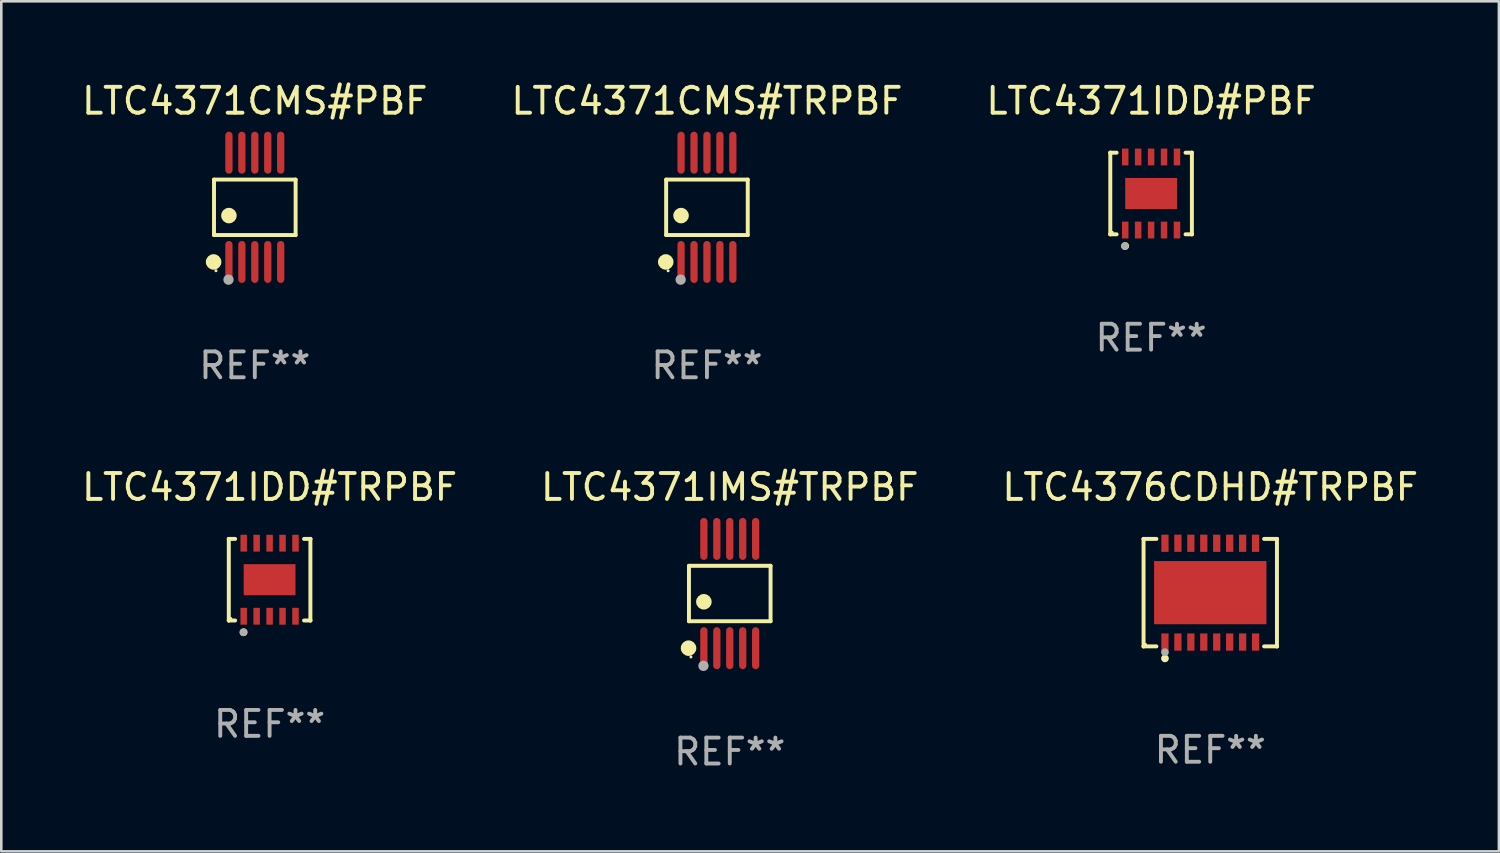
<source format=kicad_pcb>
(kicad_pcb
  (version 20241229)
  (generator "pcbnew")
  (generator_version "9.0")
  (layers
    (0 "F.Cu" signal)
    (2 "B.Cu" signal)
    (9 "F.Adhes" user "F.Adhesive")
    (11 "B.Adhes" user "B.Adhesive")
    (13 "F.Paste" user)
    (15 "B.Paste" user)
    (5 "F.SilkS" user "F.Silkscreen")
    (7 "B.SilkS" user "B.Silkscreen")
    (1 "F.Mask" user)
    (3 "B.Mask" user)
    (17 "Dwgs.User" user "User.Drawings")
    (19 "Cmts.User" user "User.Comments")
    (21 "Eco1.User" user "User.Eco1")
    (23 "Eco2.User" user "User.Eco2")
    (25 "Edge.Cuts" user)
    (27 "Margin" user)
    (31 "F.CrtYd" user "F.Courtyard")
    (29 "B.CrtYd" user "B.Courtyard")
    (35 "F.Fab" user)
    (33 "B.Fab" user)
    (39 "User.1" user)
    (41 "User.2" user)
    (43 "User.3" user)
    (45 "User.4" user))
  (footprint "LTC4371IDD#TRPBF"
    (layer "F.Cu")
    (at 7.363 19.341)
    (property "Reference" "LTC4371IDD#TRPBF" (at 0 -3.576 0) (layer "F.SilkS") (effects (font (size 1 1) (thickness 0.15))))
    (attr through_hole)
    (fp_line (start -1.576 -1.576) (end -1.576 -1.576) (stroke (width 0.152) (type solid)) (layer "F.SilkS"))
    (fp_line (start -1.576 -1.576) (end -1.331 -1.576) (stroke (width 0.152) (type solid)) (layer "F.SilkS"))
    (fp_line (start -1.576 1.576) (end -1.576 -1.576) (stroke (width 0.152) (type solid)) (layer "F.SilkS"))
    (fp_line (start -1.576 1.576) (end -1.576 1.576) (stroke (width 0.152) (type solid)) (layer "F.SilkS"))
    (fp_line (start -1.331 1.576) (end -1.576 1.576) (stroke (width 0.152) (type solid)) (layer "F.SilkS"))
    (fp_line (start 1.331 1.576) (end 1.576 1.576) (stroke (width 0.152) (type solid)) (layer "F.SilkS"))
    (fp_line (start 1.576 -1.576) (end 1.331 -1.576) (stroke (width 0.152) (type solid)) (layer "F.SilkS"))
    (fp_line (start 1.576 -1.576) (end 1.576 -1.576) (stroke (width 0.152) (type solid)) (layer "F.SilkS"))
    (fp_line (start 1.576 1.576) (end 1.576 -1.576) (stroke (width 0.152) (type solid)) (layer "F.SilkS"))
    (fp_line (start 1.576 1.576) (end 1.576 1.576) (stroke (width 0.152) (type solid)) (layer "F.SilkS"))
    (fp_circle (center -1.5 1.5) (end -1.47 1.5) (stroke (width 0.06) (type solid)) (fill no) (layer "F.SilkS"))
    (fp_circle (center -1 2.028) (end -0.925 2.028) (stroke (width 0.15) (type solid)) (fill no) (layer "F.SilkS"))
    (fp_circle (center -1.016 2.032) (end -0.941 2.032) (stroke (width 0.15) (type solid)) (fill no) (layer "F.Fab"))
    (fp_text user "REF**" (at 0 5.576 0) (layer "F.Fab") (effects (font (size 1 1) (thickness 0.15))))
    (pad "1" smd rect (at -1 1.411) (size 0.25 0.65) (layers "F.Cu" "F.Mask" "F.Paste"))
    (pad "2" smd rect (at -0.5 1.411) (size 0.25 0.65) (layers "F.Cu" "F.Mask" "F.Paste"))
    (pad "3" smd rect (at 0 1.411) (size 0.25 0.65) (layers "F.Cu" "F.Mask" "F.Paste"))
    (pad "4" smd rect (at 0.5 1.411) (size 0.25 0.65) (layers "F.Cu" "F.Mask" "F.Paste"))
    (pad "5" smd rect (at 1 1.411) (size 0.25 0.65) (layers "F.Cu" "F.Mask" "F.Paste"))
    (pad "6" smd rect (at 1 -1.411) (size 0.25 0.65) (layers "F.Cu" "F.Mask" "F.Paste"))
    (pad "7" smd rect (at 0.5 -1.411) (size 0.25 0.65) (layers "F.Cu" "F.Mask" "F.Paste"))
    (pad "8" smd rect (at 0 -1.411) (size 0.25 0.65) (layers "F.Cu" "F.Mask" "F.Paste"))
    (pad "9" smd rect (at -0.5 -1.411) (size 0.25 0.65) (layers "F.Cu" "F.Mask" "F.Paste"))
    (pad "10" smd rect (at -1 -1.411) (size 0.25 0.65) (layers "F.Cu" "F.Mask" "F.Paste"))
    (pad "11" smd rect (at 0 0) (size 2 1.2) (layers "F.Cu" "F.Mask" "F.Paste")))
  (footprint "LTC4376CDHD#TRPBF"
    (layer "F.Cu")
    (at 43.696 19.841)
    (property "Reference" "LTC4376CDHD#TRPBF" (at 0 -4.076 0) (layer "F.SilkS") (effects (font (size 1 1) (thickness 0.15))))
    (attr through_hole)
    (fp_line (start -2.576 -2.076) (end -2.576 -2.076) (stroke (width 0.152) (type solid)) (layer "F.SilkS"))
    (fp_line (start -2.576 -2.076) (end -2.08 -2.076) (stroke (width 0.152) (type solid)) (layer "F.SilkS"))
    (fp_line (start -2.576 2.076) (end -2.576 -2.076) (stroke (width 0.152) (type solid)) (layer "F.SilkS"))
    (fp_line (start -2.576 2.076) (end -2.576 2.076) (stroke (width 0.152) (type solid)) (layer "F.SilkS"))
    (fp_line (start -2.08 2.076) (end -2.576 2.076) (stroke (width 0.152) (type solid)) (layer "F.SilkS"))
    (fp_line (start 2.08 2.076) (end 2.576 2.076) (stroke (width 0.152) (type solid)) (layer "F.SilkS"))
    (fp_line (start 2.576 -2.076) (end 2.08 -2.076) (stroke (width 0.152) (type solid)) (layer "F.SilkS"))
    (fp_line (start 2.576 -2.076) (end 2.576 -2.076) (stroke (width 0.152) (type solid)) (layer "F.SilkS"))
    (fp_line (start 2.576 2.076) (end 2.576 -2.076) (stroke (width 0.152) (type solid)) (layer "F.SilkS"))
    (fp_line (start 2.576 2.076) (end 2.576 2.076) (stroke (width 0.152) (type solid)) (layer "F.SilkS"))
    (fp_circle (center -2.5 2) (end -2.47 2) (stroke (width 0.06) (type solid)) (fill no) (layer "F.SilkS"))
    (fp_circle (center -1.75 2.54) (end -1.675 2.54) (stroke (width 0.15) (type solid)) (fill no) (layer "F.SilkS"))
    (fp_circle (center -1.75 2.3) (end -1.675 2.3) (stroke (width 0.15) (type solid)) (fill no) (layer "F.Fab"))
    (fp_text user "REF**" (at 0 6.076 0) (layer "F.Fab") (effects (font (size 1 1) (thickness 0.15))))
    (pad "1" smd rect (at -1.75 1.908) (size 0.28 0.665) (layers "F.Cu" "F.Mask" "F.Paste"))
    (pad "2" smd rect (at -1.25 1.908) (size 0.28 0.665) (layers "F.Cu" "F.Mask" "F.Paste"))
    (pad "3" smd rect (at -0.75 1.908) (size 0.28 0.665) (layers "F.Cu" "F.Mask" "F.Paste"))
    (pad "4" smd rect (at -0.25 1.908) (size 0.28 0.665) (layers "F.Cu" "F.Mask" "F.Paste"))
    (pad "5" smd rect (at 0.25 1.908) (size 0.28 0.665) (layers "F.Cu" "F.Mask" "F.Paste"))
    (pad "6" smd rect (at 0.75 1.908) (size 0.28 0.665) (layers "F.Cu" "F.Mask" "F.Paste"))
    (pad "7" smd rect (at 1.25 1.908) (size 0.28 0.665) (layers "F.Cu" "F.Mask" "F.Paste"))
    (pad "8" smd rect (at 1.75 1.908) (size 0.28 0.665) (layers "F.Cu" "F.Mask" "F.Paste"))
    (pad "9" smd rect (at 1.75 -1.908) (size 0.28 0.665) (layers "F.Cu" "F.Mask" "F.Paste"))
    (pad "10" smd rect (at 1.25 -1.908) (size 0.28 0.665) (layers "F.Cu" "F.Mask" "F.Paste"))
    (pad "11" smd rect (at 0.75 -1.908) (size 0.28 0.665) (layers "F.Cu" "F.Mask" "F.Paste"))
    (pad "12" smd rect (at 0.25 -1.908) (size 0.28 0.665) (layers "F.Cu" "F.Mask" "F.Paste"))
    (pad "13" smd rect (at -0.25 -1.908) (size 0.28 0.665) (layers "F.Cu" "F.Mask" "F.Paste"))
    (pad "14" smd rect (at -0.75 -1.908) (size 0.28 0.665) (layers "F.Cu" "F.Mask" "F.Paste"))
    (pad "15" smd rect (at -1.25 -1.908) (size 0.28 0.665) (layers "F.Cu" "F.Mask" "F.Paste"))
    (pad "16" smd rect (at -1.75 -1.908) (size 0.28 0.665) (layers "F.Cu" "F.Mask" "F.Paste"))
    (pad "17" smd rect (at 0 0) (size 4.34 2.44) (layers "F.Cu" "F.Mask" "F.Paste")))
  (footprint "LTC4371IDD#PBF"
    (layer "F.Cu")
    (at 41.411 4.424)
    (property "Reference" "LTC4371IDD#PBF" (at 0 -3.576 0) (layer "F.SilkS") (effects (font (size 1 1) (thickness 0.15))))
    (attr through_hole)
    (fp_line (start -1.576 -1.576) (end -1.576 -1.576) (stroke (width 0.152) (type solid)) (layer "F.SilkS"))
    (fp_line (start -1.576 -1.576) (end -1.331 -1.576) (stroke (width 0.152) (type solid)) (layer "F.SilkS"))
    (fp_line (start -1.576 1.576) (end -1.576 -1.576) (stroke (width 0.152) (type solid)) (layer "F.SilkS"))
    (fp_line (start -1.576 1.576) (end -1.576 1.576) (stroke (width 0.152) (type solid)) (layer "F.SilkS"))
    (fp_line (start -1.331 1.576) (end -1.576 1.576) (stroke (width 0.152) (type solid)) (layer "F.SilkS"))
    (fp_line (start 1.331 1.576) (end 1.576 1.576) (stroke (width 0.152) (type solid)) (layer "F.SilkS"))
    (fp_line (start 1.576 -1.576) (end 1.331 -1.576) (stroke (width 0.152) (type solid)) (layer "F.SilkS"))
    (fp_line (start 1.576 -1.576) (end 1.576 -1.576) (stroke (width 0.152) (type solid)) (layer "F.SilkS"))
    (fp_line (start 1.576 1.576) (end 1.576 -1.576) (stroke (width 0.152) (type solid)) (layer "F.SilkS"))
    (fp_line (start 1.576 1.576) (end 1.576 1.576) (stroke (width 0.152) (type solid)) (layer "F.SilkS"))
    (fp_circle (center -1.5 1.5) (end -1.47 1.5) (stroke (width 0.06) (type solid)) (fill no) (layer "F.SilkS"))
    (fp_circle (center -1 2.028) (end -0.925 2.028) (stroke (width 0.15) (type solid)) (fill no) (layer "F.SilkS"))
    (fp_circle (center -1.016 2.032) (end -0.941 2.032) (stroke (width 0.15) (type solid)) (fill no) (layer "F.Fab"))
    (fp_text user "REF**" (at 0 5.576 0) (layer "F.Fab") (effects (font (size 1 1) (thickness 0.15))))
    (pad "1" smd rect (at -1 1.411) (size 0.25 0.65) (layers "F.Cu" "F.Mask" "F.Paste"))
    (pad "2" smd rect (at -0.5 1.411) (size 0.25 0.65) (layers "F.Cu" "F.Mask" "F.Paste"))
    (pad "3" smd rect (at 0 1.411) (size 0.25 0.65) (layers "F.Cu" "F.Mask" "F.Paste"))
    (pad "4" smd rect (at 0.5 1.411) (size 0.25 0.65) (layers "F.Cu" "F.Mask" "F.Paste"))
    (pad "5" smd rect (at 1 1.411) (size 0.25 0.65) (layers "F.Cu" "F.Mask" "F.Paste"))
    (pad "6" smd rect (at 1 -1.411) (size 0.25 0.65) (layers "F.Cu" "F.Mask" "F.Paste"))
    (pad "7" smd rect (at 0.5 -1.411) (size 0.25 0.65) (layers "F.Cu" "F.Mask" "F.Paste"))
    (pad "8" smd rect (at 0 -1.411) (size 0.25 0.65) (layers "F.Cu" "F.Mask" "F.Paste"))
    (pad "9" smd rect (at -0.5 -1.411) (size 0.25 0.65) (layers "F.Cu" "F.Mask" "F.Paste"))
    (pad "10" smd rect (at -1 -1.411) (size 0.25 0.65) (layers "F.Cu" "F.Mask" "F.Paste"))
    (pad "11" smd rect (at 0 0) (size 2 1.2) (layers "F.Cu" "F.Mask" "F.Paste")))
  (footprint "LTC4371CMS#PBF"
    (layer "F.Cu")
    (at 6.792 4.958)
    (property "Reference" "LTC4371CMS#PBF" (at 0 -4.11 0) (layer "F.SilkS") (effects (font (size 1 1) (thickness 0.15))))
    (attr through_hole)
    (fp_line (start -1.576 -1.071) (end 1.576 -1.071) (stroke (width 0.152) (type solid)) (layer "F.SilkS"))
    (fp_line (start -1.576 1.071) (end -1.576 -1.071) (stroke (width 0.152) (type solid)) (layer "F.SilkS"))
    (fp_line (start 1.576 -1.071) (end 1.576 1.071) (stroke (width 0.152) (type solid)) (layer "F.SilkS"))
    (fp_line (start 1.576 1.071) (end -1.576 1.071) (stroke (width 0.152) (type solid)) (layer "F.SilkS"))
    (fp_circle (center -1.592 2.11) (end -1.442 2.11) (stroke (width 0.3) (type solid)) (fill no) (layer "F.SilkS"))
    (fp_circle (center -1.5 2.45) (end -1.47 2.45) (stroke (width 0.06) (type solid)) (fill no) (layer "F.SilkS"))
    (fp_circle (center -1 0.319) (end -0.85 0.319) (stroke (width 0.3) (type solid)) (fill no) (layer "F.SilkS"))
    (fp_circle (center -1.016 2.794) (end -0.916 2.794) (stroke (width 0.2) (type solid)) (fill no) (layer "F.Fab"))
    (fp_text user "REF**" (at 0 6.11 0) (layer "F.Fab") (effects (font (size 1 1) (thickness 0.15))))
    (pad "1" smd oval (at -1 2.11) (size 0.28 1.62) (layers "F.Cu" "F.Mask" "F.Paste"))
    (pad "2" smd oval (at -0.5 2.11) (size 0.28 1.62) (layers "F.Cu" "F.Mask" "F.Paste"))
    (pad "3" smd oval (at 0 2.11) (size 0.28 1.62) (layers "F.Cu" "F.Mask" "F.Paste"))
    (pad "4" smd oval (at 0.5 2.11) (size 0.28 1.62) (layers "F.Cu" "F.Mask" "F.Paste"))
    (pad "5" smd oval (at 1 2.11) (size 0.28 1.62) (layers "F.Cu" "F.Mask" "F.Paste"))
    (pad "6" smd oval (at 1 -2.11) (size 0.28 1.62) (layers "F.Cu" "F.Mask" "F.Paste"))
    (pad "7" smd oval (at 0.5 -2.11) (size 0.28 1.62) (layers "F.Cu" "F.Mask" "F.Paste"))
    (pad "8" smd oval (at 0 -2.11) (size 0.28 1.62) (layers "F.Cu" "F.Mask" "F.Paste"))
    (pad "9" smd oval (at -0.5 -2.11) (size 0.28 1.62) (layers "F.Cu" "F.Mask" "F.Paste"))
    (pad "10" smd oval (at -1 -2.11) (size 0.28 1.62) (layers "F.Cu" "F.Mask" "F.Paste")))
  (footprint "LTC4371CMS#TRPBF"
    (layer "F.Cu")
    (at 24.256 4.958)
    (property "Reference" "LTC4371CMS#TRPBF" (at 0 -4.11 0) (layer "F.SilkS") (effects (font (size 1 1) (thickness 0.15))))
    (attr through_hole)
    (fp_line (start -1.576 -1.071) (end 1.576 -1.071) (stroke (width 0.152) (type solid)) (layer "F.SilkS"))
    (fp_line (start -1.576 1.071) (end -1.576 -1.071) (stroke (width 0.152) (type solid)) (layer "F.SilkS"))
    (fp_line (start 1.576 -1.071) (end 1.576 1.071) (stroke (width 0.152) (type solid)) (layer "F.SilkS"))
    (fp_line (start 1.576 1.071) (end -1.576 1.071) (stroke (width 0.152) (type solid)) (layer "F.SilkS"))
    (fp_circle (center -1.592 2.11) (end -1.442 2.11) (stroke (width 0.3) (type solid)) (fill no) (layer "F.SilkS"))
    (fp_circle (center -1.5 2.45) (end -1.47 2.45) (stroke (width 0.06) (type solid)) (fill no) (layer "F.SilkS"))
    (fp_circle (center -1 0.319) (end -0.85 0.319) (stroke (width 0.3) (type solid)) (fill no) (layer "F.SilkS"))
    (fp_circle (center -1.016 2.794) (end -0.916 2.794) (stroke (width 0.2) (type solid)) (fill no) (layer "F.Fab"))
    (fp_text user "REF**" (at 0 6.11 0) (layer "F.Fab") (effects (font (size 1 1) (thickness 0.15))))
    (pad "1" smd oval (at -1 2.11) (size 0.28 1.62) (layers "F.Cu" "F.Mask" "F.Paste"))
    (pad "2" smd oval (at -0.5 2.11) (size 0.28 1.62) (layers "F.Cu" "F.Mask" "F.Paste"))
    (pad "3" smd oval (at 0 2.11) (size 0.28 1.62) (layers "F.Cu" "F.Mask" "F.Paste"))
    (pad "4" smd oval (at 0.5 2.11) (size 0.28 1.62) (layers "F.Cu" "F.Mask" "F.Paste"))
    (pad "5" smd oval (at 1 2.11) (size 0.28 1.62) (layers "F.Cu" "F.Mask" "F.Paste"))
    (pad "6" smd oval (at 1 -2.11) (size 0.28 1.62) (layers "F.Cu" "F.Mask" "F.Paste"))
    (pad "7" smd oval (at 0.5 -2.11) (size 0.28 1.62) (layers "F.Cu" "F.Mask" "F.Paste"))
    (pad "8" smd oval (at 0 -2.11) (size 0.28 1.62) (layers "F.Cu" "F.Mask" "F.Paste"))
    (pad "9" smd oval (at -0.5 -2.11) (size 0.28 1.62) (layers "F.Cu" "F.Mask" "F.Paste"))
    (pad "10" smd oval (at -1 -2.11) (size 0.28 1.62) (layers "F.Cu" "F.Mask" "F.Paste")))
  (footprint "LTC4371IMS#TRPBF"
    (layer "F.Cu")
    (at 25.137 19.875)
    (property "Reference" "LTC4371IMS#TRPBF" (at 0 -4.11 0) (layer "F.SilkS") (effects (font (size 1 1) (thickness 0.15))))
    (attr through_hole)
    (fp_line (start -1.576 -1.071) (end 1.576 -1.071) (stroke (width 0.152) (type solid)) (layer "F.SilkS"))
    (fp_line (start -1.576 1.071) (end -1.576 -1.071) (stroke (width 0.152) (type solid)) (layer "F.SilkS"))
    (fp_line (start 1.576 -1.071) (end 1.576 1.071) (stroke (width 0.152) (type solid)) (layer "F.SilkS"))
    (fp_line (start 1.576 1.071) (end -1.576 1.071) (stroke (width 0.152) (type solid)) (layer "F.SilkS"))
    (fp_circle (center -1.592 2.11) (end -1.442 2.11) (stroke (width 0.3) (type solid)) (fill no) (layer "F.SilkS"))
    (fp_circle (center -1.5 2.45) (end -1.47 2.45) (stroke (width 0.06) (type solid)) (fill no) (layer "F.SilkS"))
    (fp_circle (center -1 0.319) (end -0.85 0.319) (stroke (width 0.3) (type solid)) (fill no) (layer "F.SilkS"))
    (fp_circle (center -1.016 2.794) (end -0.916 2.794) (stroke (width 0.2) (type solid)) (fill no) (layer "F.Fab"))
    (fp_text user "REF**" (at 0 6.11 0) (layer "F.Fab") (effects (font (size 1 1) (thickness 0.15))))
    (pad "1" smd oval (at -1 2.11) (size 0.28 1.62) (layers "F.Cu" "F.Mask" "F.Paste"))
    (pad "2" smd oval (at -0.5 2.11) (size 0.28 1.62) (layers "F.Cu" "F.Mask" "F.Paste"))
    (pad "3" smd oval (at 0 2.11) (size 0.28 1.62) (layers "F.Cu" "F.Mask" "F.Paste"))
    (pad "4" smd oval (at 0.5 2.11) (size 0.28 1.62) (layers "F.Cu" "F.Mask" "F.Paste"))
    (pad "5" smd oval (at 1 2.11) (size 0.28 1.62) (layers "F.Cu" "F.Mask" "F.Paste"))
    (pad "6" smd oval (at 1 -2.11) (size 0.28 1.62) (layers "F.Cu" "F.Mask" "F.Paste"))
    (pad "7" smd oval (at 0.5 -2.11) (size 0.28 1.62) (layers "F.Cu" "F.Mask" "F.Paste"))
    (pad "8" smd oval (at 0 -2.11) (size 0.28 1.62) (layers "F.Cu" "F.Mask" "F.Paste"))
    (pad "9" smd oval (at -0.5 -2.11) (size 0.28 1.62) (layers "F.Cu" "F.Mask" "F.Paste"))
    (pad "10" smd oval (at -1 -2.11) (size 0.28 1.62) (layers "F.Cu" "F.Mask" "F.Paste")))
  (gr_rect
    (start -3 -3)
    (end 54.845 29.833)
    (stroke (width 0.1) (type default))
    (fill no)
    (layer "Edge.Cuts")))
</source>
